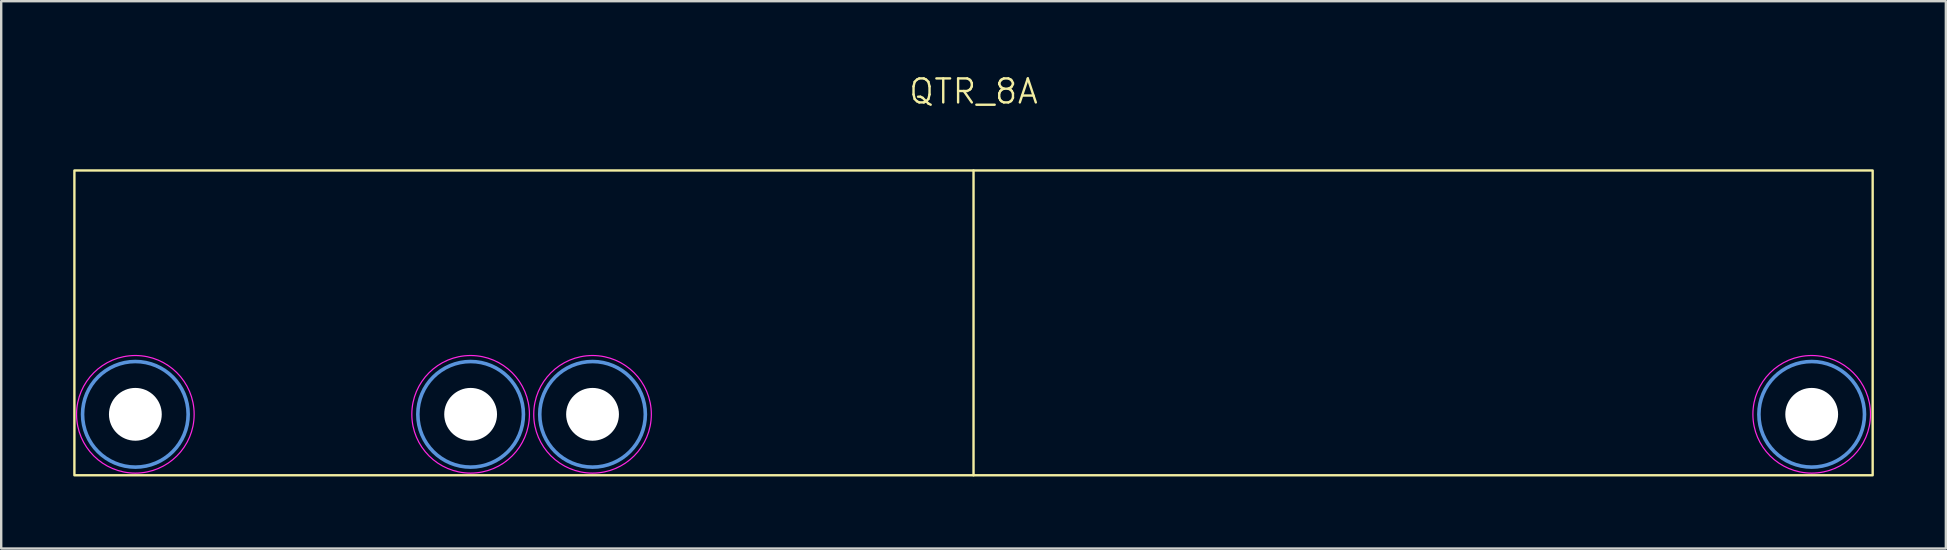
<source format=kicad_pcb>
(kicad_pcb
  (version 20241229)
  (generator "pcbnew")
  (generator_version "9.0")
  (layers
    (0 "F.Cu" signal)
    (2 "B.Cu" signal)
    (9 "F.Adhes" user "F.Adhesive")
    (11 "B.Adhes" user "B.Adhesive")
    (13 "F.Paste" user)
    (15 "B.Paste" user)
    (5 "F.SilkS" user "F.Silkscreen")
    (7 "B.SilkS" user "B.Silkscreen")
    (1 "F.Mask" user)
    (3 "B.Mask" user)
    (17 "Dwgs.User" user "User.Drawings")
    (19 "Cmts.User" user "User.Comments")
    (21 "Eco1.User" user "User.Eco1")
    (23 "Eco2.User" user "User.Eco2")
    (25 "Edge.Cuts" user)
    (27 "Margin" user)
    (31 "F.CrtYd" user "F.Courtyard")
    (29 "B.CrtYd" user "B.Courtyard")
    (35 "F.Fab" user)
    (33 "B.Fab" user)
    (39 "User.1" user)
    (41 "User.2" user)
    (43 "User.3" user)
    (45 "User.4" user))
  (footprint "QTR_8A"
    (layer "F.Cu")
    (at 37.515 1.26)
    (property "Reference" "QTR_8A" (at 0 -0.5 0) (unlocked yes) (layer "F.SilkS") (effects (font (size 1 1) (thickness 0.1))))
    (attr smd)
    (fp_line (start 0 2.794) (end 0 15.494) (stroke (width 0.1) (type default)) (layer "F.SilkS"))
    (fp_rect (start -37.465 2.794) (end 37.465 15.494) (stroke (width 0.1) (type default)) (fill no) (layer "F.SilkS"))
    (fp_circle (center -34.925 12.954) (end -32.725 12.954) (stroke (width 0.15) (type solid)) (fill no) (layer "Cmts.User"))
    (fp_circle (center -20.955 12.954) (end -18.755 12.954) (stroke (width 0.15) (type solid)) (fill no) (layer "Cmts.User"))
    (fp_circle (center -15.875 12.954) (end -13.675 12.954) (stroke (width 0.15) (type solid)) (fill no) (layer "Cmts.User"))
    (fp_circle (center 34.925 12.954) (end 37.125 12.954) (stroke (width 0.15) (type solid)) (fill no) (layer "Cmts.User"))
    (fp_circle (center -34.925 12.954) (end -32.475 12.954) (stroke (width 0.05) (type solid)) (fill no) (layer "F.CrtYd"))
    (fp_circle (center -20.955 12.954) (end -18.505 12.954) (stroke (width 0.05) (type solid)) (fill no) (layer "F.CrtYd"))
    (fp_circle (center -15.875 12.954) (end -13.425 12.954) (stroke (width 0.05) (type solid)) (fill no) (layer "F.CrtYd"))
    (fp_circle (center 34.925 12.954) (end 37.375 12.954) (stroke (width 0.05) (type solid)) (fill no) (layer "F.CrtYd"))
    (pad "" np_thru_hole circle (at -34.925 12.954) (size 2.2 2.2) (drill 2.2) (layers "*.Cu" "*.Mask"))
    (pad "" np_thru_hole circle (at -20.955 12.954) (size 2.2 2.2) (drill 2.2) (layers "*.Cu" "*.Mask"))
    (pad "" np_thru_hole circle (at -15.875 12.954) (size 2.2 2.2) (drill 2.2) (layers "*.Cu" "*.Mask"))
    (pad "" np_thru_hole circle (at 34.925 12.954) (size 2.2 2.2) (drill 2.2) (layers "*.Cu" "*.Mask")))
  (gr_rect
    (start -3 -3)
    (end 78.03 19.805)
    (stroke (width 0.1) (type default))
    (fill no)
    (layer "Edge.Cuts")))
</source>
